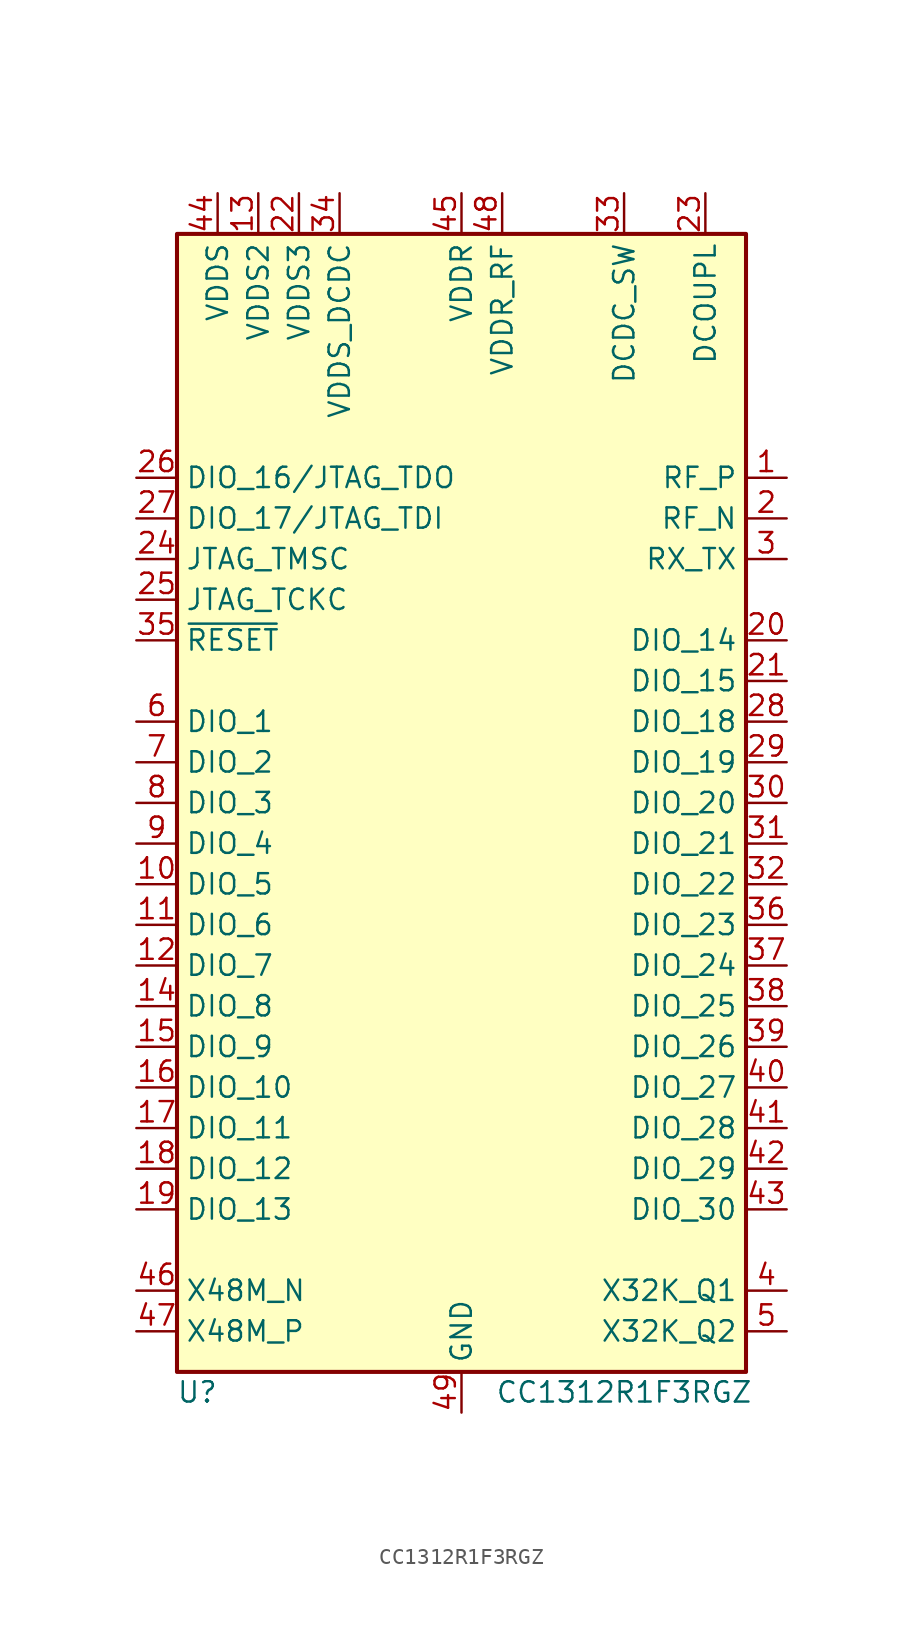
<source format=kicad_sym>
(kicad_symbol_lib
  (version 20220914)
  (generator kicad_symbol_editor)
  (symbol "CC1312R1F3RGZ"
    (property "Reference" "U"
      (at -16.51 -36.83 0)
      (effects (font (size 1.27 1.27))))
    (property "Value" "CC1312R1F3RGZ"
      (at 10.16 -36.83 0)
      (effects (font (size 1.27 1.27))))
    (symbol "CC1312R1F3RGZ_0_1"
      (rectangle (start -17.78 35.56) (end 17.78 -35.56) (stroke (width 0.254) (type default)) (fill (type background))))
    (symbol "CC1312R1F3RGZ_1_1"
      (pin passive line (at 20.32 20.32 180) (length 2.54) (name "RF_P" (effects (font (size 1.27 1.27)))) (number "1" (effects (font (size 1.27 1.27)))))
      (pin bidirectional line (at -20.32 -5.08 0) (length 2.54) (name "DIO_5" (effects (font (size 1.27 1.27)))) (number "10" (effects (font (size 1.27 1.27)))))
      (pin bidirectional line (at -20.32 -7.62 0) (length 2.54) (name "DIO_6" (effects (font (size 1.27 1.27)))) (number "11" (effects (font (size 1.27 1.27)))))
      (pin bidirectional line (at -20.32 -10.16 0) (length 2.54) (name "DIO_7" (effects (font (size 1.27 1.27)))) (number "12" (effects (font (size 1.27 1.27)))))
      (pin power_in line (at -12.7 38.1 270) (length 2.54) (name "VDDS2" (effects (font (size 1.27 1.27)))) (number "13" (effects (font (size 1.27 1.27)))))
      (pin bidirectional line (at -20.32 -12.7 0) (length 2.54) (name "DIO_8" (effects (font (size 1.27 1.27)))) (number "14" (effects (font (size 1.27 1.27)))))
      (pin bidirectional line (at -20.32 -15.24 0) (length 2.54) (name "DIO_9" (effects (font (size 1.27 1.27)))) (number "15" (effects (font (size 1.27 1.27)))))
      (pin bidirectional line (at -20.32 -17.78 0) (length 2.54) (name "DIO_10" (effects (font (size 1.27 1.27)))) (number "16" (effects (font (size 1.27 1.27)))))
      (pin bidirectional line (at -20.32 -20.32 0) (length 2.54) (name "DIO_11" (effects (font (size 1.27 1.27)))) (number "17" (effects (font (size 1.27 1.27)))))
      (pin bidirectional line (at -20.32 -22.86 0) (length 2.54) (name "DIO_12" (effects (font (size 1.27 1.27)))) (number "18" (effects (font (size 1.27 1.27)))))
      (pin bidirectional line (at -20.32 -25.4 0) (length 2.54) (name "DIO_13" (effects (font (size 1.27 1.27)))) (number "19" (effects (font (size 1.27 1.27)))))
      (pin passive line (at 20.32 17.78 180) (length 2.54) (name "RF_N" (effects (font (size 1.27 1.27)))) (number "2" (effects (font (size 1.27 1.27)))))
      (pin bidirectional line (at 20.32 10.16 180) (length 2.54) (name "DIO_14" (effects (font (size 1.27 1.27)))) (number "20" (effects (font (size 1.27 1.27)))))
      (pin bidirectional line (at 20.32 7.62 180) (length 2.54) (name "DIO_15" (effects (font (size 1.27 1.27)))) (number "21" (effects (font (size 1.27 1.27)))))
      (pin power_in line (at -10.16 38.1 270) (length 2.54) (name "VDDS3" (effects (font (size 1.27 1.27)))) (number "22" (effects (font (size 1.27 1.27)))))
      (pin power_out line (at 15.24 38.1 270) (length 2.54) (name "DCOUPL" (effects (font (size 1.27 1.27)))) (number "23" (effects (font (size 1.27 1.27)))))
      (pin bidirectional line (at -20.32 15.24 0) (length 2.54) (name "JTAG_TMSC" (effects (font (size 1.27 1.27)))) (number "24" (effects (font (size 1.27 1.27)))))
      (pin input line (at -20.32 12.7 0) (length 2.54) (name "JTAG_TCKC" (effects (font (size 1.27 1.27)))) (number "25" (effects (font (size 1.27 1.27)))))
      (pin bidirectional line (at -20.32 20.32 0) (length 2.54) (name "DIO_16/JTAG_TDO" (effects (font (size 1.27 1.27)))) (number "26" (effects (font (size 1.27 1.27)))))
      (pin bidirectional line (at -20.32 17.78 0) (length 2.54) (name "DIO_17/JTAG_TDI" (effects (font (size 1.27 1.27)))) (number "27" (effects (font (size 1.27 1.27)))))
      (pin bidirectional line (at 20.32 5.08 180) (length 2.54) (name "DIO_18" (effects (font (size 1.27 1.27)))) (number "28" (effects (font (size 1.27 1.27)))))
      (pin bidirectional line (at 20.32 2.54 180) (length 2.54) (name "DIO_19" (effects (font (size 1.27 1.27)))) (number "29" (effects (font (size 1.27 1.27)))))
      (pin passive line (at 20.32 15.24 180) (length 2.54) (name "RX_TX" (effects (font (size 1.27 1.27)))) (number "3" (effects (font (size 1.27 1.27)))))
      (pin bidirectional line (at 20.32 0 180) (length 2.54) (name "DIO_20" (effects (font (size 1.27 1.27)))) (number "30" (effects (font (size 1.27 1.27)))))
      (pin bidirectional line (at 20.32 -2.54 180) (length 2.54) (name "DIO_21" (effects (font (size 1.27 1.27)))) (number "31" (effects (font (size 1.27 1.27)))))
      (pin bidirectional line (at 20.32 -5.08 180) (length 2.54) (name "DIO_22" (effects (font (size 1.27 1.27)))) (number "32" (effects (font (size 1.27 1.27)))))
      (pin power_out line (at 10.16 38.1 270) (length 2.54) (name "DCDC_SW" (effects (font (size 1.27 1.27)))) (number "33" (effects (font (size 1.27 1.27)))))
      (pin power_in line (at -7.62 38.1 270) (length 2.54) (name "VDDS_DCDC" (effects (font (size 1.27 1.27)))) (number "34" (effects (font (size 1.27 1.27)))))
      (pin input line (at -20.32 10.16 0) (length 2.54) (name "~{RESET}" (effects (font (size 1.27 1.27)))) (number "35" (effects (font (size 1.27 1.27)))))
      (pin bidirectional line (at 20.32 -7.62 180) (length 2.54) (name "DIO_23" (effects (font (size 1.27 1.27)))) (number "36" (effects (font (size 1.27 1.27)))))
      (pin bidirectional line (at 20.32 -10.16 180) (length 2.54) (name "DIO_24" (effects (font (size 1.27 1.27)))) (number "37" (effects (font (size 1.27 1.27)))))
      (pin bidirectional line (at 20.32 -12.7 180) (length 2.54) (name "DIO_25" (effects (font (size 1.27 1.27)))) (number "38" (effects (font (size 1.27 1.27)))))
      (pin bidirectional line (at 20.32 -15.24 180) (length 2.54) (name "DIO_26" (effects (font (size 1.27 1.27)))) (number "39" (effects (font (size 1.27 1.27)))))
      (pin input line (at 20.32 -30.48 180) (length 2.54) (name "X32K_Q1" (effects (font (size 1.27 1.27)))) (number "4" (effects (font (size 1.27 1.27)))))
      (pin bidirectional line (at 20.32 -17.78 180) (length 2.54) (name "DIO_27" (effects (font (size 1.27 1.27)))) (number "40" (effects (font (size 1.27 1.27)))))
      (pin bidirectional line (at 20.32 -20.32 180) (length 2.54) (name "DIO_28" (effects (font (size 1.27 1.27)))) (number "41" (effects (font (size 1.27 1.27)))))
      (pin bidirectional line (at 20.32 -22.86 180) (length 2.54) (name "DIO_29" (effects (font (size 1.27 1.27)))) (number "42" (effects (font (size 1.27 1.27)))))
      (pin bidirectional line (at 20.32 -25.4 180) (length 2.54) (name "DIO_30" (effects (font (size 1.27 1.27)))) (number "43" (effects (font (size 1.27 1.27)))))
      (pin power_in line (at -15.24 38.1 270) (length 2.54) (name "VDDS" (effects (font (size 1.27 1.27)))) (number "44" (effects (font (size 1.27 1.27)))))
      (pin power_in line (at 0 38.1 270) (length 2.54) (name "VDDR" (effects (font (size 1.27 1.27)))) (number "45" (effects (font (size 1.27 1.27)))))
      (pin input line (at -20.32 -30.48 0) (length 2.54) (name "X48M_N" (effects (font (size 1.27 1.27)))) (number "46" (effects (font (size 1.27 1.27)))))
      (pin input line (at -20.32 -33.02 0) (length 2.54) (name "X48M_P" (effects (font (size 1.27 1.27)))) (number "47" (effects (font (size 1.27 1.27)))))
      (pin power_in line (at 2.54 38.1 270) (length 2.54) (name "VDDR_RF" (effects (font (size 1.27 1.27)))) (number "48" (effects (font (size 1.27 1.27)))))
      (pin power_in line (at 0 -38.1 90) (length 2.54) (name "GND" (effects (font (size 1.27 1.27)))) (number "49" (effects (font (size 1.27 1.27)))))
      (pin input line (at 20.32 -33.02 180) (length 2.54) (name "X32K_Q2" (effects (font (size 1.27 1.27)))) (number "5" (effects (font (size 1.27 1.27)))))
      (pin bidirectional line (at -20.32 5.08 0) (length 2.54) (name "DIO_1" (effects (font (size 1.27 1.27)))) (number "6" (effects (font (size 1.27 1.27)))))
      (pin bidirectional line (at -20.32 2.54 0) (length 2.54) (name "DIO_2" (effects (font (size 1.27 1.27)))) (number "7" (effects (font (size 1.27 1.27)))))
      (pin bidirectional line (at -20.32 0 0) (length 2.54) (name "DIO_3" (effects (font (size 1.27 1.27)))) (number "8" (effects (font (size 1.27 1.27)))))
      (pin bidirectional line (at -20.32 -2.54 0) (length 2.54) (name "DIO_4" (effects (font (size 1.27 1.27)))) (number "9" (effects (font (size 1.27 1.27))))))))
</source>
